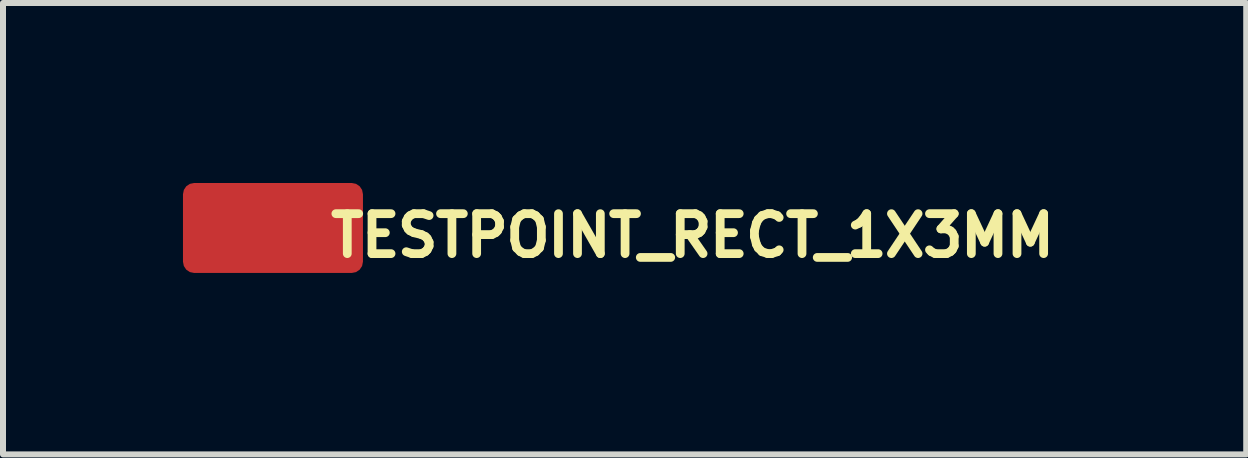
<source format=kicad_pcb>
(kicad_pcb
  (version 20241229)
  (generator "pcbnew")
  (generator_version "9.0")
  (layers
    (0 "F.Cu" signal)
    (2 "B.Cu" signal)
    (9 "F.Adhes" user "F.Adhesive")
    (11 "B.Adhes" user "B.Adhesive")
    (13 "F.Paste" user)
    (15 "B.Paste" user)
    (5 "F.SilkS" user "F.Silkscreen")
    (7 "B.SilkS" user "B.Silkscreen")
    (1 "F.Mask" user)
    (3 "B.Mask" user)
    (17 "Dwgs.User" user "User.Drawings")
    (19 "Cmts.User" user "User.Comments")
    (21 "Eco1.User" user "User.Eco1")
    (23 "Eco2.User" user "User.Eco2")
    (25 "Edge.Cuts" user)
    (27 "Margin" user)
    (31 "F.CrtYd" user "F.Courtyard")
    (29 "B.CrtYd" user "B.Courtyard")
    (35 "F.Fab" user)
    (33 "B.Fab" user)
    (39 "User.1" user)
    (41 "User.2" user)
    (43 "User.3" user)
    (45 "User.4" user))
  (footprint "TESTPOINT_RECT_1X3MM"
    (layer "F.Cu")
    (at 1.5 0.75)
    (property "Reference" "TESTPOINT_RECT_1X3MM" (at 0.889 0.127 0) (layer "F.SilkS") (effects (font (size 0.666 0.666) (thickness 0.146)) (justify left)))
    (pad "P$1" smd roundrect (at 0 0) (size 3 1.5) (layers "F.Cu" "F.Mask") (roundrect_rratio 0.125)))
  (gr_rect
    (start -3 -3)
    (end 17.723 4.524)
    (stroke (width 0.1) (type default))
    (fill no)
    (layer "Edge.Cuts")))
</source>
